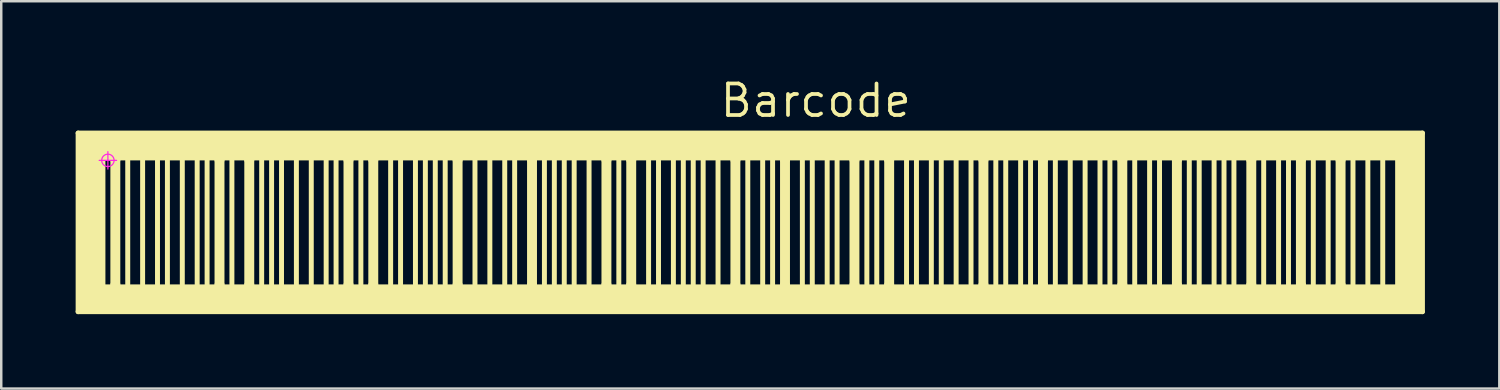
<source format=kicad_pcb>
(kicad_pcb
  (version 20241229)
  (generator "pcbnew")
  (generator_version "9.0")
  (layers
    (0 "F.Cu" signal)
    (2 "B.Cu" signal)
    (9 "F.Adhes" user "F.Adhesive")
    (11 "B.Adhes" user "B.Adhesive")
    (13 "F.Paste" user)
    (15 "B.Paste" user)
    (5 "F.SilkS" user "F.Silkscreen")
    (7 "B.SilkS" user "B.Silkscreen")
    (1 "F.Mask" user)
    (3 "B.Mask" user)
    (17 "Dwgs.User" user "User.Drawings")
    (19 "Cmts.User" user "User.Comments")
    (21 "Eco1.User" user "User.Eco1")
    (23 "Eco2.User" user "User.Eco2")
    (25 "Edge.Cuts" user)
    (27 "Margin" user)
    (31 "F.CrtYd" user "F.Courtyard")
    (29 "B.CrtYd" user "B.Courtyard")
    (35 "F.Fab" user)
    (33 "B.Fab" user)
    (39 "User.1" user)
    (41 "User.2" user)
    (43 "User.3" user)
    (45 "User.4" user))
  (footprint "Barcode"
    (layer "F.Cu")
    (at 1.3 3.416)
    (property "Reference" "Barcode" (at 28.54 -2.41 0) (layer "F.SilkS") (effects (font (size 1.27 1.27) (thickness 0.15))))
    (attr through_hole)
    (fp_line (start -1.2 -1.1) (end -1.2 6.1) (stroke (width 0.2) (type solid)) (layer "F.SilkS"))
    (fp_line (start -1.2 -1.1) (end 53 -1.1) (stroke (width 0.2) (type solid)) (layer "F.SilkS"))
    (fp_line (start -1.2 6.1) (end 53 6.1) (stroke (width 0.2) (type solid)) (layer "F.SilkS"))
    (fp_line (start -1.1 -1) (end -1.1 6) (stroke (width 0.2) (type solid)) (layer "F.SilkS"))
    (fp_line (start -1.1 -1) (end 52.9 -1) (stroke (width 0.2) (type solid)) (layer "F.SilkS"))
    (fp_line (start -1.1 6) (end 52.9 6) (stroke (width 0.2) (type solid)) (layer "F.SilkS"))
    (fp_line (start -1 -0.9) (end -1 5.9) (stroke (width 0.2) (type solid)) (layer "F.SilkS"))
    (fp_line (start -1 -0.9) (end 52.8 -0.9) (stroke (width 0.2) (type solid)) (layer "F.SilkS"))
    (fp_line (start -1 5.9) (end 52.8 5.9) (stroke (width 0.2) (type solid)) (layer "F.SilkS"))
    (fp_line (start -0.9 -0.8) (end -0.9 5.8) (stroke (width 0.2) (type solid)) (layer "F.SilkS"))
    (fp_line (start -0.9 -0.8) (end 52.7 -0.8) (stroke (width 0.2) (type solid)) (layer "F.SilkS"))
    (fp_line (start -0.9 5.8) (end 52.7 5.8) (stroke (width 0.2) (type solid)) (layer "F.SilkS"))
    (fp_line (start -0.8 -0.7) (end -0.8 5.7) (stroke (width 0.2) (type solid)) (layer "F.SilkS"))
    (fp_line (start -0.8 -0.7) (end 52.6 -0.7) (stroke (width 0.2) (type solid)) (layer "F.SilkS"))
    (fp_line (start -0.8 5.7) (end 52.6 5.7) (stroke (width 0.2) (type solid)) (layer "F.SilkS"))
    (fp_line (start -0.7 -0.6) (end -0.7 5.6) (stroke (width 0.2) (type solid)) (layer "F.SilkS"))
    (fp_line (start -0.7 -0.6) (end 52.5 -0.6) (stroke (width 0.2) (type solid)) (layer "F.SilkS"))
    (fp_line (start -0.7 5.6) (end 52.5 5.6) (stroke (width 0.2) (type solid)) (layer "F.SilkS"))
    (fp_line (start -0.6 -0.5) (end -0.6 5.5) (stroke (width 0.2) (type solid)) (layer "F.SilkS"))
    (fp_line (start -0.6 -0.5) (end 52.4 -0.5) (stroke (width 0.2) (type solid)) (layer "F.SilkS"))
    (fp_line (start -0.6 5.5) (end 52.4 5.5) (stroke (width 0.2) (type solid)) (layer "F.SilkS"))
    (fp_line (start -0.5 -0.4) (end -0.5 5.4) (stroke (width 0.2) (type solid)) (layer "F.SilkS"))
    (fp_line (start -0.5 -0.4) (end 52.3 -0.4) (stroke (width 0.2) (type solid)) (layer "F.SilkS"))
    (fp_line (start -0.5 5.4) (end 52.3 5.4) (stroke (width 0.2) (type solid)) (layer "F.SilkS"))
    (fp_line (start -0.4 -0.3) (end -0.4 5.3) (stroke (width 0.2) (type solid)) (layer "F.SilkS"))
    (fp_line (start -0.4 -0.3) (end 52.2 -0.3) (stroke (width 0.2) (type solid)) (layer "F.SilkS"))
    (fp_line (start -0.4 5.3) (end 52.2 5.3) (stroke (width 0.2) (type solid)) (layer "F.SilkS"))
    (fp_line (start -0.3 -0.2) (end -0.3 5.2) (stroke (width 0.2) (type solid)) (layer "F.SilkS"))
    (fp_line (start -0.3 -0.2) (end 52.1 -0.2) (stroke (width 0.2) (type solid)) (layer "F.SilkS"))
    (fp_line (start -0.3 5.2) (end 52.1 5.2) (stroke (width 0.2) (type solid)) (layer "F.SilkS"))
    (fp_line (start -0.2 -0.1) (end -0.2 5.1) (stroke (width 0.2) (type solid)) (layer "F.SilkS"))
    (fp_line (start -0.2 -0.1) (end 52 -0.1) (stroke (width 0.2) (type solid)) (layer "F.SilkS"))
    (fp_line (start -0.2 5.1) (end 52 5.1) (stroke (width 0.2) (type solid)) (layer "F.SilkS"))
    (fp_line (start 0.2 0) (end 0.2 5) (stroke (width 0.2) (type solid)) (layer "F.SilkS"))
    (fp_line (start 0.2 0) (end 0.4 0) (stroke (width 0.2) (type solid)) (layer "F.SilkS"))
    (fp_line (start 0.2 5) (end 0.4 5) (stroke (width 0.2) (type solid)) (layer "F.SilkS"))
    (fp_line (start 0.3 0) (end 0.3 5) (stroke (width 0.2) (type solid)) (layer "F.SilkS"))
    (fp_line (start 0.4 0) (end 0.4 5) (stroke (width 0.2) (type solid)) (layer "F.SilkS"))
    (fp_line (start 0.8 0) (end 0.8 5) (stroke (width 0.2) (type solid)) (layer "F.SilkS"))
    (fp_line (start 1.4 0) (end 1.4 5) (stroke (width 0.2) (type solid)) (layer "F.SilkS"))
    (fp_line (start 2 0) (end 2 5) (stroke (width 0.2) (type solid)) (layer "F.SilkS"))
    (fp_line (start 2.4 0) (end 2.4 5) (stroke (width 0.2) (type solid)) (layer "F.SilkS"))
    (fp_line (start 3 0) (end 3 5) (stroke (width 0.2) (type solid)) (layer "F.SilkS"))
    (fp_line (start 3.6 0) (end 3.6 5) (stroke (width 0.2) (type solid)) (layer "F.SilkS"))
    (fp_line (start 4 0) (end 4 5) (stroke (width 0.2) (type solid)) (layer "F.SilkS"))
    (fp_line (start 4.4 0) (end 4.4 5) (stroke (width 0.2) (type solid)) (layer "F.SilkS"))
    (fp_line (start 4.4 0) (end 4.6 0) (stroke (width 0.2) (type solid)) (layer "F.SilkS"))
    (fp_line (start 4.4 5) (end 4.6 5) (stroke (width 0.2) (type solid)) (layer "F.SilkS"))
    (fp_line (start 4.5 0) (end 4.5 5) (stroke (width 0.2) (type solid)) (layer "F.SilkS"))
    (fp_line (start 4.6 0) (end 4.6 5) (stroke (width 0.2) (type solid)) (layer "F.SilkS"))
    (fp_line (start 5 0) (end 5 5) (stroke (width 0.2) (type solid)) (layer "F.SilkS"))
    (fp_line (start 5.6 0) (end 5.6 5) (stroke (width 0.2) (type solid)) (layer "F.SilkS"))
    (fp_line (start 5.6 0) (end 5.8 0) (stroke (width 0.2) (type solid)) (layer "F.SilkS"))
    (fp_line (start 5.6 5) (end 5.8 5) (stroke (width 0.2) (type solid)) (layer "F.SilkS"))
    (fp_line (start 5.7 0) (end 5.7 5) (stroke (width 0.2) (type solid)) (layer "F.SilkS"))
    (fp_line (start 5.8 0) (end 5.8 5) (stroke (width 0.2) (type solid)) (layer "F.SilkS"))
    (fp_line (start 6.2 0) (end 6.2 5) (stroke (width 0.2) (type solid)) (layer "F.SilkS"))
    (fp_line (start 6.6 0) (end 6.6 5) (stroke (width 0.2) (type solid)) (layer "F.SilkS"))
    (fp_line (start 7 0) (end 7 5) (stroke (width 0.2) (type solid)) (layer "F.SilkS"))
    (fp_line (start 7.6 0) (end 7.6 5) (stroke (width 0.2) (type solid)) (layer "F.SilkS"))
    (fp_line (start 8.2 0) (end 8.2 5) (stroke (width 0.2) (type solid)) (layer "F.SilkS"))
    (fp_line (start 8.8 0) (end 8.8 5) (stroke (width 0.2) (type solid)) (layer "F.SilkS"))
    (fp_line (start 9.2 0) (end 9.2 5) (stroke (width 0.2) (type solid)) (layer "F.SilkS"))
    (fp_line (start 9.6 0) (end 9.6 5) (stroke (width 0.2) (type solid)) (layer "F.SilkS"))
    (fp_line (start 9.6 0) (end 9.8 0) (stroke (width 0.2) (type solid)) (layer "F.SilkS"))
    (fp_line (start 9.6 5) (end 9.8 5) (stroke (width 0.2) (type solid)) (layer "F.SilkS"))
    (fp_line (start 9.7 0) (end 9.7 5) (stroke (width 0.2) (type solid)) (layer "F.SilkS"))
    (fp_line (start 9.8 0) (end 9.8 5) (stroke (width 0.2) (type solid)) (layer "F.SilkS"))
    (fp_line (start 10.2 0) (end 10.2 5) (stroke (width 0.2) (type solid)) (layer "F.SilkS"))
    (fp_line (start 10.6 0) (end 10.6 5) (stroke (width 0.2) (type solid)) (layer "F.SilkS"))
    (fp_line (start 10.6 0) (end 10.8 0) (stroke (width 0.2) (type solid)) (layer "F.SilkS"))
    (fp_line (start 10.6 5) (end 10.8 5) (stroke (width 0.2) (type solid)) (layer "F.SilkS"))
    (fp_line (start 10.7 0) (end 10.7 5) (stroke (width 0.2) (type solid)) (layer "F.SilkS"))
    (fp_line (start 10.8 0) (end 10.8 5) (stroke (width 0.2) (type solid)) (layer "F.SilkS"))
    (fp_line (start 11.4 0) (end 11.4 5) (stroke (width 0.2) (type solid)) (layer "F.SilkS"))
    (fp_line (start 11.8 0) (end 11.8 5) (stroke (width 0.2) (type solid)) (layer "F.SilkS"))
    (fp_line (start 12.4 0) (end 12.4 5) (stroke (width 0.2) (type solid)) (layer "F.SilkS"))
    (fp_line (start 12.8 0) (end 12.8 5) (stroke (width 0.2) (type solid)) (layer "F.SilkS"))
    (fp_line (start 13.2 0) (end 13.2 5) (stroke (width 0.2) (type solid)) (layer "F.SilkS"))
    (fp_line (start 13.6 0) (end 13.6 5) (stroke (width 0.2) (type solid)) (layer "F.SilkS"))
    (fp_line (start 14 0) (end 14 5) (stroke (width 0.2) (type solid)) (layer "F.SilkS"))
    (fp_line (start 14 0) (end 14.2 0) (stroke (width 0.2) (type solid)) (layer "F.SilkS"))
    (fp_line (start 14 5) (end 14.2 5) (stroke (width 0.2) (type solid)) (layer "F.SilkS"))
    (fp_line (start 14.1 0) (end 14.1 5) (stroke (width 0.2) (type solid)) (layer "F.SilkS"))
    (fp_line (start 14.2 0) (end 14.2 5) (stroke (width 0.2) (type solid)) (layer "F.SilkS"))
    (fp_line (start 14.8 0) (end 14.8 5) (stroke (width 0.2) (type solid)) (layer "F.SilkS"))
    (fp_line (start 15.4 0) (end 15.4 5) (stroke (width 0.2) (type solid)) (layer "F.SilkS"))
    (fp_line (start 16 0) (end 16 5) (stroke (width 0.2) (type solid)) (layer "F.SilkS"))
    (fp_line (start 16.4 0) (end 16.4 5) (stroke (width 0.2) (type solid)) (layer "F.SilkS"))
    (fp_line (start 17 0) (end 17 5) (stroke (width 0.2) (type solid)) (layer "F.SilkS"))
    (fp_line (start 17 0) (end 17.2 0) (stroke (width 0.2) (type solid)) (layer "F.SilkS"))
    (fp_line (start 17 5) (end 17.2 5) (stroke (width 0.2) (type solid)) (layer "F.SilkS"))
    (fp_line (start 17.1 0) (end 17.1 5) (stroke (width 0.2) (type solid)) (layer "F.SilkS"))
    (fp_line (start 17.2 0) (end 17.2 5) (stroke (width 0.2) (type solid)) (layer "F.SilkS"))
    (fp_line (start 17.6 0) (end 17.6 5) (stroke (width 0.2) (type solid)) (layer "F.SilkS"))
    (fp_line (start 18 0) (end 18 5) (stroke (width 0.2) (type solid)) (layer "F.SilkS"))
    (fp_line (start 18.4 0) (end 18.4 5) (stroke (width 0.2) (type solid)) (layer "F.SilkS"))
    (fp_line (start 18.8 0) (end 18.8 5) (stroke (width 0.2) (type solid)) (layer "F.SilkS"))
    (fp_line (start 19.4 0) (end 19.4 5) (stroke (width 0.2) (type solid)) (layer "F.SilkS"))
    (fp_line (start 20 0) (end 20 5) (stroke (width 0.2) (type solid)) (layer "F.SilkS"))
    (fp_line (start 20 0) (end 20.2 0) (stroke (width 0.2) (type solid)) (layer "F.SilkS"))
    (fp_line (start 20 5) (end 20.2 5) (stroke (width 0.2) (type solid)) (layer "F.SilkS"))
    (fp_line (start 20.1 0) (end 20.1 5) (stroke (width 0.2) (type solid)) (layer "F.SilkS"))
    (fp_line (start 20.2 0) (end 20.2 5) (stroke (width 0.2) (type solid)) (layer "F.SilkS"))
    (fp_line (start 20.6 0) (end 20.6 5) (stroke (width 0.2) (type solid)) (layer "F.SilkS"))
    (fp_line (start 21 0) (end 21 5) (stroke (width 0.2) (type solid)) (layer "F.SilkS"))
    (fp_line (start 21 0) (end 21.2 0) (stroke (width 0.2) (type solid)) (layer "F.SilkS"))
    (fp_line (start 21 5) (end 21.2 5) (stroke (width 0.2) (type solid)) (layer "F.SilkS"))
    (fp_line (start 21.1 0) (end 21.1 5) (stroke (width 0.2) (type solid)) (layer "F.SilkS"))
    (fp_line (start 21.2 0) (end 21.2 5) (stroke (width 0.2) (type solid)) (layer "F.SilkS"))
    (fp_line (start 21.8 0) (end 21.8 5) (stroke (width 0.2) (type solid)) (layer "F.SilkS"))
    (fp_line (start 22.2 0) (end 22.2 5) (stroke (width 0.2) (type solid)) (layer "F.SilkS"))
    (fp_line (start 22.8 0) (end 22.8 5) (stroke (width 0.2) (type solid)) (layer "F.SilkS"))
    (fp_line (start 23.2 0) (end 23.2 5) (stroke (width 0.2) (type solid)) (layer "F.SilkS"))
    (fp_line (start 23.6 0) (end 23.6 5) (stroke (width 0.2) (type solid)) (layer "F.SilkS"))
    (fp_line (start 24 0) (end 24 5) (stroke (width 0.2) (type solid)) (layer "F.SilkS"))
    (fp_line (start 24.6 0) (end 24.6 5) (stroke (width 0.2) (type solid)) (layer "F.SilkS"))
    (fp_line (start 25.2 0) (end 25.2 5) (stroke (width 0.2) (type solid)) (layer "F.SilkS"))
    (fp_line (start 25.2 0) (end 25.4 0) (stroke (width 0.2) (type solid)) (layer "F.SilkS"))
    (fp_line (start 25.2 5) (end 25.4 5) (stroke (width 0.2) (type solid)) (layer "F.SilkS"))
    (fp_line (start 25.3 0) (end 25.3 5) (stroke (width 0.2) (type solid)) (layer "F.SilkS"))
    (fp_line (start 25.4 0) (end 25.4 5) (stroke (width 0.2) (type solid)) (layer "F.SilkS"))
    (fp_line (start 25.8 0) (end 25.8 5) (stroke (width 0.2) (type solid)) (layer "F.SilkS"))
    (fp_line (start 26.4 0) (end 26.4 5) (stroke (width 0.2) (type solid)) (layer "F.SilkS"))
    (fp_line (start 26.8 0) (end 26.8 5) (stroke (width 0.2) (type solid)) (layer "F.SilkS"))
    (fp_line (start 27.2 0) (end 27.2 5) (stroke (width 0.2) (type solid)) (layer "F.SilkS"))
    (fp_line (start 27.2 0) (end 27.4 0) (stroke (width 0.2) (type solid)) (layer "F.SilkS"))
    (fp_line (start 27.2 5) (end 27.4 5) (stroke (width 0.2) (type solid)) (layer "F.SilkS"))
    (fp_line (start 27.3 0) (end 27.3 5) (stroke (width 0.2) (type solid)) (layer "F.SilkS"))
    (fp_line (start 27.4 0) (end 27.4 5) (stroke (width 0.2) (type solid)) (layer "F.SilkS"))
    (fp_line (start 28 0) (end 28 5) (stroke (width 0.2) (type solid)) (layer "F.SilkS"))
    (fp_line (start 28.4 0) (end 28.4 5) (stroke (width 0.2) (type solid)) (layer "F.SilkS"))
    (fp_line (start 29 0) (end 29 5) (stroke (width 0.2) (type solid)) (layer "F.SilkS"))
    (fp_line (start 29.4 0) (end 29.4 5) (stroke (width 0.2) (type solid)) (layer "F.SilkS"))
    (fp_line (start 30 0) (end 30 5) (stroke (width 0.2) (type solid)) (layer "F.SilkS"))
    (fp_line (start 30 0) (end 30.2 0) (stroke (width 0.2) (type solid)) (layer "F.SilkS"))
    (fp_line (start 30 5) (end 30.2 5) (stroke (width 0.2) (type solid)) (layer "F.SilkS"))
    (fp_line (start 30.1 0) (end 30.1 5) (stroke (width 0.2) (type solid)) (layer "F.SilkS"))
    (fp_line (start 30.2 0) (end 30.2 5) (stroke (width 0.2) (type solid)) (layer "F.SilkS"))
    (fp_line (start 30.6 0) (end 30.6 5) (stroke (width 0.2) (type solid)) (layer "F.SilkS"))
    (fp_line (start 31 0) (end 31 5) (stroke (width 0.2) (type solid)) (layer "F.SilkS"))
    (fp_line (start 31.4 0) (end 31.4 5) (stroke (width 0.2) (type solid)) (layer "F.SilkS"))
    (fp_line (start 31.4 0) (end 31.6 0) (stroke (width 0.2) (type solid)) (layer "F.SilkS"))
    (fp_line (start 31.4 5) (end 31.6 5) (stroke (width 0.2) (type solid)) (layer "F.SilkS"))
    (fp_line (start 31.5 0) (end 31.5 5) (stroke (width 0.2) (type solid)) (layer "F.SilkS"))
    (fp_line (start 31.6 0) (end 31.6 5) (stroke (width 0.2) (type solid)) (layer "F.SilkS"))
    (fp_line (start 32.2 0) (end 32.2 5) (stroke (width 0.2) (type solid)) (layer "F.SilkS"))
    (fp_line (start 32.6 0) (end 32.6 5) (stroke (width 0.2) (type solid)) (layer "F.SilkS"))
    (fp_line (start 33.2 0) (end 33.2 5) (stroke (width 0.2) (type solid)) (layer "F.SilkS"))
    (fp_line (start 33.6 0) (end 33.6 5) (stroke (width 0.2) (type solid)) (layer "F.SilkS"))
    (fp_line (start 34.2 0) (end 34.2 5) (stroke (width 0.2) (type solid)) (layer "F.SilkS"))
    (fp_line (start 34.8 0) (end 34.8 5) (stroke (width 0.2) (type solid)) (layer "F.SilkS"))
    (fp_line (start 35.2 0) (end 35.2 5) (stroke (width 0.2) (type solid)) (layer "F.SilkS"))
    (fp_line (start 35.2 0) (end 35.4 0) (stroke (width 0.2) (type solid)) (layer "F.SilkS"))
    (fp_line (start 35.2 5) (end 35.4 5) (stroke (width 0.2) (type solid)) (layer "F.SilkS"))
    (fp_line (start 35.3 0) (end 35.3 5) (stroke (width 0.2) (type solid)) (layer "F.SilkS"))
    (fp_line (start 35.4 0) (end 35.4 5) (stroke (width 0.2) (type solid)) (layer "F.SilkS"))
    (fp_line (start 35.8 0) (end 35.8 5) (stroke (width 0.2) (type solid)) (layer "F.SilkS"))
    (fp_line (start 36.2 0) (end 36.2 5) (stroke (width 0.2) (type solid)) (layer "F.SilkS"))
    (fp_line (start 36.8 0) (end 36.8 5) (stroke (width 0.2) (type solid)) (layer "F.SilkS"))
    (fp_line (start 37.2 0) (end 37.2 5) (stroke (width 0.2) (type solid)) (layer "F.SilkS"))
    (fp_line (start 37.6 0) (end 37.6 5) (stroke (width 0.2) (type solid)) (layer "F.SilkS"))
    (fp_line (start 37.6 0) (end 37.8 0) (stroke (width 0.2) (type solid)) (layer "F.SilkS"))
    (fp_line (start 37.6 5) (end 37.8 5) (stroke (width 0.2) (type solid)) (layer "F.SilkS"))
    (fp_line (start 37.7 0) (end 37.7 5) (stroke (width 0.2) (type solid)) (layer "F.SilkS"))
    (fp_line (start 37.8 0) (end 37.8 5) (stroke (width 0.2) (type solid)) (layer "F.SilkS"))
    (fp_line (start 38.2 0) (end 38.2 5) (stroke (width 0.2) (type solid)) (layer "F.SilkS"))
    (fp_line (start 38.8 0) (end 38.8 5) (stroke (width 0.2) (type solid)) (layer "F.SilkS"))
    (fp_line (start 39.4 0) (end 39.4 5) (stroke (width 0.2) (type solid)) (layer "F.SilkS"))
    (fp_line (start 40 0) (end 40 5) (stroke (width 0.2) (type solid)) (layer "F.SilkS"))
    (fp_line (start 40.4 0) (end 40.4 5) (stroke (width 0.2) (type solid)) (layer "F.SilkS"))
    (fp_line (start 40.8 0) (end 40.8 5) (stroke (width 0.2) (type solid)) (layer "F.SilkS"))
    (fp_line (start 40.8 0) (end 41 0) (stroke (width 0.2) (type solid)) (layer "F.SilkS"))
    (fp_line (start 40.8 5) (end 41 5) (stroke (width 0.2) (type solid)) (layer "F.SilkS"))
    (fp_line (start 40.9 0) (end 40.9 5) (stroke (width 0.2) (type solid)) (layer "F.SilkS"))
    (fp_line (start 41 0) (end 41 5) (stroke (width 0.2) (type solid)) (layer "F.SilkS"))
    (fp_line (start 41.4 0) (end 41.4 5) (stroke (width 0.2) (type solid)) (layer "F.SilkS"))
    (fp_line (start 42 0) (end 42 5) (stroke (width 0.2) (type solid)) (layer "F.SilkS"))
    (fp_line (start 42.4 0) (end 42.4 5) (stroke (width 0.2) (type solid)) (layer "F.SilkS"))
    (fp_line (start 43 0) (end 43 5) (stroke (width 0.2) (type solid)) (layer "F.SilkS"))
    (fp_line (start 43 0) (end 43.2 0) (stroke (width 0.2) (type solid)) (layer "F.SilkS"))
    (fp_line (start 43 5) (end 43.2 5) (stroke (width 0.2) (type solid)) (layer "F.SilkS"))
    (fp_line (start 43.1 0) (end 43.1 5) (stroke (width 0.2) (type solid)) (layer "F.SilkS"))
    (fp_line (start 43.2 0) (end 43.2 5) (stroke (width 0.2) (type solid)) (layer "F.SilkS"))
    (fp_line (start 43.6 0) (end 43.6 5) (stroke (width 0.2) (type solid)) (layer "F.SilkS"))
    (fp_line (start 44 0) (end 44 5) (stroke (width 0.2) (type solid)) (layer "F.SilkS"))
    (fp_line (start 44.6 0) (end 44.6 5) (stroke (width 0.2) (type solid)) (layer "F.SilkS"))
    (fp_line (start 45 0) (end 45 5) (stroke (width 0.2) (type solid)) (layer "F.SilkS"))
    (fp_line (start 45.4 0) (end 45.4 5) (stroke (width 0.2) (type solid)) (layer "F.SilkS"))
    (fp_line (start 46 0) (end 46 5) (stroke (width 0.2) (type solid)) (layer "F.SilkS"))
    (fp_line (start 46 0) (end 46.2 0) (stroke (width 0.2) (type solid)) (layer "F.SilkS"))
    (fp_line (start 46 5) (end 46.2 5) (stroke (width 0.2) (type solid)) (layer "F.SilkS"))
    (fp_line (start 46.1 0) (end 46.1 5) (stroke (width 0.2) (type solid)) (layer "F.SilkS"))
    (fp_line (start 46.2 0) (end 46.2 5) (stroke (width 0.2) (type solid)) (layer "F.SilkS"))
    (fp_line (start 46.6 0) (end 46.6 5) (stroke (width 0.2) (type solid)) (layer "F.SilkS"))
    (fp_line (start 47.2 0) (end 47.2 5) (stroke (width 0.2) (type solid)) (layer "F.SilkS"))
    (fp_line (start 47.6 0) (end 47.6 5) (stroke (width 0.2) (type solid)) (layer "F.SilkS"))
    (fp_line (start 48 0) (end 48 5) (stroke (width 0.2) (type solid)) (layer "F.SilkS"))
    (fp_line (start 48 0) (end 48.2 0) (stroke (width 0.2) (type solid)) (layer "F.SilkS"))
    (fp_line (start 48 5) (end 48.2 5) (stroke (width 0.2) (type solid)) (layer "F.SilkS"))
    (fp_line (start 48.1 0) (end 48.1 5) (stroke (width 0.2) (type solid)) (layer "F.SilkS"))
    (fp_line (start 48.2 0) (end 48.2 5) (stroke (width 0.2) (type solid)) (layer "F.SilkS"))
    (fp_line (start 48.6 0) (end 48.6 5) (stroke (width 0.2) (type solid)) (layer "F.SilkS"))
    (fp_line (start 49.2 0) (end 49.2 5) (stroke (width 0.2) (type solid)) (layer "F.SilkS"))
    (fp_line (start 49.6 0) (end 49.6 5) (stroke (width 0.2) (type solid)) (layer "F.SilkS"))
    (fp_line (start 49.6 0) (end 49.8 0) (stroke (width 0.2) (type solid)) (layer "F.SilkS"))
    (fp_line (start 49.6 5) (end 49.8 5) (stroke (width 0.2) (type solid)) (layer "F.SilkS"))
    (fp_line (start 49.7 0) (end 49.7 5) (stroke (width 0.2) (type solid)) (layer "F.SilkS"))
    (fp_line (start 49.8 0) (end 49.8 5) (stroke (width 0.2) (type solid)) (layer "F.SilkS"))
    (fp_line (start 50.2 0) (end 50.2 5) (stroke (width 0.2) (type solid)) (layer "F.SilkS"))
    (fp_line (start 50.8 0) (end 50.8 5) (stroke (width 0.2) (type solid)) (layer "F.SilkS"))
    (fp_line (start 51.4 0) (end 51.4 5) (stroke (width 0.2) (type solid)) (layer "F.SilkS"))
    (fp_line (start 52 -0.1) (end 52 5.1) (stroke (width 0.2) (type solid)) (layer "F.SilkS"))
    (fp_line (start 52.1 -0.2) (end 52.1 5.2) (stroke (width 0.2) (type solid)) (layer "F.SilkS"))
    (fp_line (start 52.2 -0.3) (end 52.2 5.3) (stroke (width 0.2) (type solid)) (layer "F.SilkS"))
    (fp_line (start 52.3 -0.4) (end 52.3 5.4) (stroke (width 0.2) (type solid)) (layer "F.SilkS"))
    (fp_line (start 52.4 -0.5) (end 52.4 5.5) (stroke (width 0.2) (type solid)) (layer "F.SilkS"))
    (fp_line (start 52.5 -0.6) (end 52.5 5.6) (stroke (width 0.2) (type solid)) (layer "F.SilkS"))
    (fp_line (start 52.6 -0.7) (end 52.6 5.7) (stroke (width 0.2) (type solid)) (layer "F.SilkS"))
    (fp_line (start 52.7 -0.8) (end 52.7 5.8) (stroke (width 0.2) (type solid)) (layer "F.SilkS"))
    (fp_line (start 52.8 -0.9) (end 52.8 5.9) (stroke (width 0.2) (type solid)) (layer "F.SilkS"))
    (fp_line (start 52.9 -1) (end 52.9 6) (stroke (width 0.2) (type solid)) (layer "F.SilkS"))
    (fp_line (start 53 -1.1) (end 53 6.1) (stroke (width 0.2) (type solid)) (layer "F.SilkS"))
    (fp_line (start -0.35 0) (end 0.35 0) (stroke (width 0.05) (type solid)) (layer "F.CrtYd"))
    (fp_line (start 0 -0.35) (end 0 0.35) (stroke (width 0.05) (type solid)) (layer "F.CrtYd"))
    (fp_circle (center 0 0) (end 0 0.25) (stroke (width 0.05) (type solid)) (fill no) (layer "F.CrtYd")))
  (gr_rect
    (start -3 -3)
    (end 57.4 12.616)
    (stroke (width 0.1) (type default))
    (fill no)
    (layer "Edge.Cuts")))
</source>
